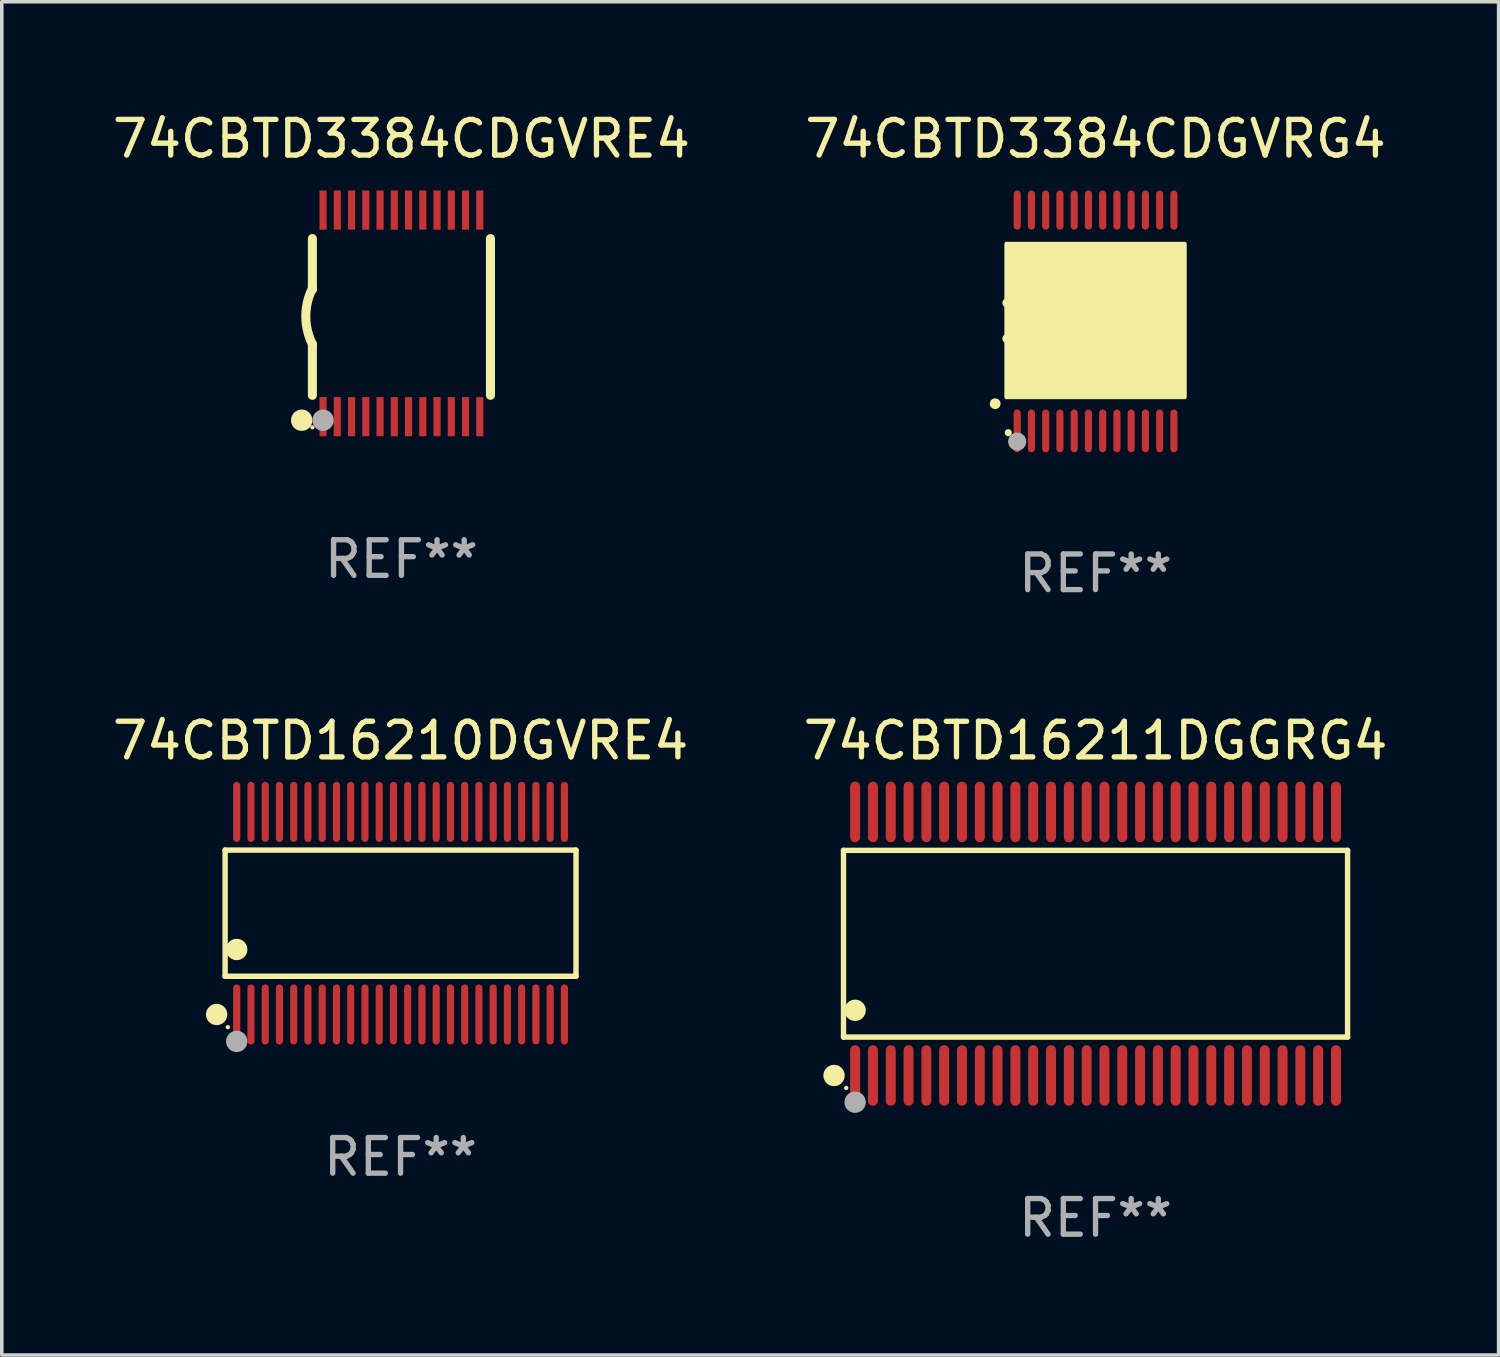
<source format=kicad_pcb>
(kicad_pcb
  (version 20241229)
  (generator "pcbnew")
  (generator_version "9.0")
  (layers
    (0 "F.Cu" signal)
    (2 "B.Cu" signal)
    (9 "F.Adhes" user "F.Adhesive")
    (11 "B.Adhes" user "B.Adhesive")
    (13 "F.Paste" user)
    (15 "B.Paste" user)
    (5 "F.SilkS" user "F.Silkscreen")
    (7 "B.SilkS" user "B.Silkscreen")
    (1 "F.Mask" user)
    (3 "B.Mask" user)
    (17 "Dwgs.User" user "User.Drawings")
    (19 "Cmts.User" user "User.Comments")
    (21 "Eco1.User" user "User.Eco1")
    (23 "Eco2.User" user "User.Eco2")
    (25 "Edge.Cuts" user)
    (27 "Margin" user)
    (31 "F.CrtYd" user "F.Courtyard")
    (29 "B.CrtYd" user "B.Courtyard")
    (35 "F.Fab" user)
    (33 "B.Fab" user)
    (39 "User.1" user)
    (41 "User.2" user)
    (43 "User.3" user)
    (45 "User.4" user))
  (footprint "74CBTD16210DGVRE4"
    (layer "F.Cu")
    (at 8.196 22.588)
    (property "Reference" "74CBTD16210DGVRE4" (at 0 -4.844 0) (layer "F.SilkS") (effects (font (size 1 1) (thickness 0.15))))
    (attr through_hole)
    (fp_line (start -4.926 -1.771) (end 4.926 -1.771) (stroke (width 0.152) (type solid)) (layer "F.SilkS"))
    (fp_line (start -4.926 1.771) (end -4.926 -1.771) (stroke (width 0.152) (type solid)) (layer "F.SilkS"))
    (fp_line (start 4.926 -1.771) (end 4.926 1.771) (stroke (width 0.152) (type solid)) (layer "F.SilkS"))
    (fp_line (start 4.926 1.771) (end -4.926 1.771) (stroke (width 0.152) (type solid)) (layer "F.SilkS"))
    (fp_circle (center -5.164 2.844) (end -5.014 2.844) (stroke (width 0.3) (type solid)) (fill no) (layer "F.SilkS"))
    (fp_circle (center -4.85 3.2) (end -4.82 3.2) (stroke (width 0.06) (type solid)) (fill no) (layer "F.SilkS"))
    (fp_circle (center -4.6 1.019) (end -4.45 1.019) (stroke (width 0.3) (type solid)) (fill no) (layer "F.SilkS"))
    (fp_circle (center -4.6 3.6) (end -4.45 3.6) (stroke (width 0.3) (type solid)) (fill no) (layer "F.Fab"))
    (fp_text user "REF**" (at 0 6.844 0) (layer "F.Fab") (effects (font (size 1 1) (thickness 0.15))))
    (pad "1" smd oval (at -4.6 2.844) (size 0.2 1.687) (layers "F.Cu" "F.Mask" "F.Paste"))
    (pad "2" smd oval (at -4.2 2.844) (size 0.2 1.687) (layers "F.Cu" "F.Mask" "F.Paste"))
    (pad "3" smd oval (at -3.8 2.844) (size 0.2 1.687) (layers "F.Cu" "F.Mask" "F.Paste"))
    (pad "4" smd oval (at -3.4 2.844) (size 0.2 1.687) (layers "F.Cu" "F.Mask" "F.Paste"))
    (pad "5" smd oval (at -3 2.844) (size 0.2 1.687) (layers "F.Cu" "F.Mask" "F.Paste"))
    (pad "6" smd oval (at -2.6 2.844) (size 0.2 1.687) (layers "F.Cu" "F.Mask" "F.Paste"))
    (pad "7" smd oval (at -2.2 2.844) (size 0.2 1.687) (layers "F.Cu" "F.Mask" "F.Paste"))
    (pad "8" smd oval (at -1.8 2.844) (size 0.2 1.687) (layers "F.Cu" "F.Mask" "F.Paste"))
    (pad "9" smd oval (at -1.4 2.844) (size 0.2 1.687) (layers "F.Cu" "F.Mask" "F.Paste"))
    (pad "10" smd oval (at -1 2.844) (size 0.2 1.687) (layers "F.Cu" "F.Mask" "F.Paste"))
    (pad "11" smd oval (at -0.6 2.844) (size 0.2 1.687) (layers "F.Cu" "F.Mask" "F.Paste"))
    (pad "12" smd oval (at -0.2 2.844) (size 0.2 1.687) (layers "F.Cu" "F.Mask" "F.Paste"))
    (pad "13" smd oval (at 0.2 2.844) (size 0.2 1.687) (layers "F.Cu" "F.Mask" "F.Paste"))
    (pad "14" smd oval (at 0.6 2.844) (size 0.2 1.687) (layers "F.Cu" "F.Mask" "F.Paste"))
    (pad "15" smd oval (at 1 2.844) (size 0.2 1.687) (layers "F.Cu" "F.Mask" "F.Paste"))
    (pad "16" smd oval (at 1.4 2.844) (size 0.2 1.687) (layers "F.Cu" "F.Mask" "F.Paste"))
    (pad "17" smd oval (at 1.8 2.844) (size 0.2 1.687) (layers "F.Cu" "F.Mask" "F.Paste"))
    (pad "18" smd oval (at 2.2 2.844) (size 0.2 1.687) (layers "F.Cu" "F.Mask" "F.Paste"))
    (pad "19" smd oval (at 2.6 2.844) (size 0.2 1.687) (layers "F.Cu" "F.Mask" "F.Paste"))
    (pad "20" smd oval (at 3 2.844) (size 0.2 1.687) (layers "F.Cu" "F.Mask" "F.Paste"))
    (pad "21" smd oval (at 3.4 2.844) (size 0.2 1.687) (layers "F.Cu" "F.Mask" "F.Paste"))
    (pad "22" smd oval (at 3.8 2.844) (size 0.2 1.687) (layers "F.Cu" "F.Mask" "F.Paste"))
    (pad "23" smd oval (at 4.2 2.844) (size 0.2 1.687) (layers "F.Cu" "F.Mask" "F.Paste"))
    (pad "24" smd oval (at 4.6 2.844) (size 0.2 1.687) (layers "F.Cu" "F.Mask" "F.Paste"))
    (pad "25" smd oval (at 4.6 -2.844) (size 0.2 1.687) (layers "F.Cu" "F.Mask" "F.Paste"))
    (pad "26" smd oval (at 4.2 -2.844) (size 0.2 1.687) (layers "F.Cu" "F.Mask" "F.Paste"))
    (pad "27" smd oval (at 3.8 -2.844) (size 0.2 1.687) (layers "F.Cu" "F.Mask" "F.Paste"))
    (pad "28" smd oval (at 3.4 -2.844) (size 0.2 1.687) (layers "F.Cu" "F.Mask" "F.Paste"))
    (pad "29" smd oval (at 3 -2.844) (size 0.2 1.687) (layers "F.Cu" "F.Mask" "F.Paste"))
    (pad "30" smd oval (at 2.6 -2.844) (size 0.2 1.687) (layers "F.Cu" "F.Mask" "F.Paste"))
    (pad "31" smd oval (at 2.2 -2.844) (size 0.2 1.687) (layers "F.Cu" "F.Mask" "F.Paste"))
    (pad "32" smd oval (at 1.8 -2.844) (size 0.2 1.687) (layers "F.Cu" "F.Mask" "F.Paste"))
    (pad "33" smd oval (at 1.4 -2.844) (size 0.2 1.687) (layers "F.Cu" "F.Mask" "F.Paste"))
    (pad "34" smd oval (at 1 -2.844) (size 0.2 1.687) (layers "F.Cu" "F.Mask" "F.Paste"))
    (pad "35" smd oval (at 0.6 -2.844) (size 0.2 1.687) (layers "F.Cu" "F.Mask" "F.Paste"))
    (pad "36" smd oval (at 0.2 -2.844) (size 0.2 1.687) (layers "F.Cu" "F.Mask" "F.Paste"))
    (pad "37" smd oval (at -0.2 -2.844) (size 0.2 1.687) (layers "F.Cu" "F.Mask" "F.Paste"))
    (pad "38" smd oval (at -0.6 -2.844) (size 0.2 1.687) (layers "F.Cu" "F.Mask" "F.Paste"))
    (pad "39" smd oval (at -1 -2.844) (size 0.2 1.687) (layers "F.Cu" "F.Mask" "F.Paste"))
    (pad "40" smd oval (at -1.4 -2.844) (size 0.2 1.687) (layers "F.Cu" "F.Mask" "F.Paste"))
    (pad "41" smd oval (at -1.8 -2.844) (size 0.2 1.687) (layers "F.Cu" "F.Mask" "F.Paste"))
    (pad "42" smd oval (at -2.2 -2.844) (size 0.2 1.687) (layers "F.Cu" "F.Mask" "F.Paste"))
    (pad "43" smd oval (at -2.6 -2.844) (size 0.2 1.687) (layers "F.Cu" "F.Mask" "F.Paste"))
    (pad "44" smd oval (at -3 -2.844) (size 0.2 1.687) (layers "F.Cu" "F.Mask" "F.Paste"))
    (pad "45" smd oval (at -3.4 -2.844) (size 0.2 1.687) (layers "F.Cu" "F.Mask" "F.Paste"))
    (pad "46" smd oval (at -3.8 -2.844) (size 0.2 1.687) (layers "F.Cu" "F.Mask" "F.Paste"))
    (pad "47" smd oval (at -4.2 -2.844) (size 0.2 1.687) (layers "F.Cu" "F.Mask" "F.Paste"))
    (pad "48" smd oval (at -4.6 -2.844) (size 0.2 1.687) (layers "F.Cu" "F.Mask" "F.Paste")))
  (footprint "74CBTD16211DGGRG4"
    (layer "F.Cu")
    (at 27.708 23.445)
    (property "Reference" "74CBTD16211DGGRG4" (at 0 -5.7 0) (layer "F.SilkS") (effects (font (size 1 1) (thickness 0.15))))
    (attr through_hole)
    (fp_line (start -7.076 -2.621) (end 7.076 -2.621) (stroke (width 0.152) (type solid)) (layer "F.SilkS"))
    (fp_line (start -7.076 2.621) (end -7.076 -2.621) (stroke (width 0.152) (type solid)) (layer "F.SilkS"))
    (fp_line (start 7.076 -2.621) (end 7.076 2.621) (stroke (width 0.152) (type solid)) (layer "F.SilkS"))
    (fp_line (start 7.076 2.621) (end -7.076 2.621) (stroke (width 0.152) (type solid)) (layer "F.SilkS"))
    (fp_circle (center -7.342 3.7) (end -7.192 3.7) (stroke (width 0.3) (type solid)) (fill no) (layer "F.SilkS"))
    (fp_circle (center -7 4.05) (end -6.97 4.05) (stroke (width 0.06) (type solid)) (fill no) (layer "F.SilkS"))
    (fp_circle (center -6.75 1.869) (end -6.6 1.869) (stroke (width 0.3) (type solid)) (fill no) (layer "F.SilkS"))
    (fp_circle (center -6.75 4.45) (end -6.6 4.45) (stroke (width 0.3) (type solid)) (fill no) (layer "F.Fab"))
    (fp_text user "REF**" (at 0 7.7 0) (layer "F.Fab") (effects (font (size 1 1) (thickness 0.15))))
    (pad "1" smd oval (at -6.75 3.7) (size 0.28 1.7) (layers "F.Cu" "F.Mask" "F.Paste"))
    (pad "2" smd oval (at -6.25 3.7) (size 0.28 1.7) (layers "F.Cu" "F.Mask" "F.Paste"))
    (pad "3" smd oval (at -5.75 3.7) (size 0.28 1.7) (layers "F.Cu" "F.Mask" "F.Paste"))
    (pad "4" smd oval (at -5.25 3.7) (size 0.28 1.7) (layers "F.Cu" "F.Mask" "F.Paste"))
    (pad "5" smd oval (at -4.75 3.7) (size 0.28 1.7) (layers "F.Cu" "F.Mask" "F.Paste"))
    (pad "6" smd oval (at -4.25 3.7) (size 0.28 1.7) (layers "F.Cu" "F.Mask" "F.Paste"))
    (pad "7" smd oval (at -3.75 3.7) (size 0.28 1.7) (layers "F.Cu" "F.Mask" "F.Paste"))
    (pad "8" smd oval (at -3.25 3.7) (size 0.28 1.7) (layers "F.Cu" "F.Mask" "F.Paste"))
    (pad "9" smd oval (at -2.75 3.7) (size 0.28 1.7) (layers "F.Cu" "F.Mask" "F.Paste"))
    (pad "10" smd oval (at -2.25 3.7) (size 0.28 1.7) (layers "F.Cu" "F.Mask" "F.Paste"))
    (pad "11" smd oval (at -1.75 3.7) (size 0.28 1.7) (layers "F.Cu" "F.Mask" "F.Paste"))
    (pad "12" smd oval (at -1.25 3.7) (size 0.28 1.7) (layers "F.Cu" "F.Mask" "F.Paste"))
    (pad "13" smd oval (at -0.75 3.7) (size 0.28 1.7) (layers "F.Cu" "F.Mask" "F.Paste"))
    (pad "14" smd oval (at -0.25 3.7) (size 0.28 1.7) (layers "F.Cu" "F.Mask" "F.Paste"))
    (pad "15" smd oval (at 0.25 3.7) (size 0.28 1.7) (layers "F.Cu" "F.Mask" "F.Paste"))
    (pad "16" smd oval (at 0.75 3.7) (size 0.28 1.7) (layers "F.Cu" "F.Mask" "F.Paste"))
    (pad "17" smd oval (at 1.25 3.7) (size 0.28 1.7) (layers "F.Cu" "F.Mask" "F.Paste"))
    (pad "18" smd oval (at 1.75 3.7) (size 0.28 1.7) (layers "F.Cu" "F.Mask" "F.Paste"))
    (pad "19" smd oval (at 2.25 3.7) (size 0.28 1.7) (layers "F.Cu" "F.Mask" "F.Paste"))
    (pad "20" smd oval (at 2.75 3.7) (size 0.28 1.7) (layers "F.Cu" "F.Mask" "F.Paste"))
    (pad "21" smd oval (at 3.25 3.7) (size 0.28 1.7) (layers "F.Cu" "F.Mask" "F.Paste"))
    (pad "22" smd oval (at 3.75 3.7) (size 0.28 1.7) (layers "F.Cu" "F.Mask" "F.Paste"))
    (pad "23" smd oval (at 4.25 3.7) (size 0.28 1.7) (layers "F.Cu" "F.Mask" "F.Paste"))
    (pad "24" smd oval (at 4.75 3.7) (size 0.28 1.7) (layers "F.Cu" "F.Mask" "F.Paste"))
    (pad "25" smd oval (at 5.25 3.7) (size 0.28 1.7) (layers "F.Cu" "F.Mask" "F.Paste"))
    (pad "26" smd oval (at 5.75 3.7) (size 0.28 1.7) (layers "F.Cu" "F.Mask" "F.Paste"))
    (pad "27" smd oval (at 6.25 3.7) (size 0.28 1.7) (layers "F.Cu" "F.Mask" "F.Paste"))
    (pad "28" smd oval (at 6.75 3.7) (size 0.28 1.7) (layers "F.Cu" "F.Mask" "F.Paste"))
    (pad "29" smd oval (at 6.75 -3.7) (size 0.28 1.7) (layers "F.Cu" "F.Mask" "F.Paste"))
    (pad "30" smd oval (at 6.25 -3.7) (size 0.28 1.7) (layers "F.Cu" "F.Mask" "F.Paste"))
    (pad "31" smd oval (at 5.75 -3.7) (size 0.28 1.7) (layers "F.Cu" "F.Mask" "F.Paste"))
    (pad "32" smd oval (at 5.25 -3.7) (size 0.28 1.7) (layers "F.Cu" "F.Mask" "F.Paste"))
    (pad "33" smd oval (at 4.75 -3.7) (size 0.28 1.7) (layers "F.Cu" "F.Mask" "F.Paste"))
    (pad "34" smd oval (at 4.25 -3.7) (size 0.28 1.7) (layers "F.Cu" "F.Mask" "F.Paste"))
    (pad "35" smd oval (at 3.75 -3.7) (size 0.28 1.7) (layers "F.Cu" "F.Mask" "F.Paste"))
    (pad "36" smd oval (at 3.25 -3.7) (size 0.28 1.7) (layers "F.Cu" "F.Mask" "F.Paste"))
    (pad "37" smd oval (at 2.75 -3.7) (size 0.28 1.7) (layers "F.Cu" "F.Mask" "F.Paste"))
    (pad "38" smd oval (at 2.25 -3.7) (size 0.28 1.7) (layers "F.Cu" "F.Mask" "F.Paste"))
    (pad "39" smd oval (at 1.75 -3.7) (size 0.28 1.7) (layers "F.Cu" "F.Mask" "F.Paste"))
    (pad "40" smd oval (at 1.25 -3.7) (size 0.28 1.7) (layers "F.Cu" "F.Mask" "F.Paste"))
    (pad "41" smd oval (at 0.75 -3.7) (size 0.28 1.7) (layers "F.Cu" "F.Mask" "F.Paste"))
    (pad "42" smd oval (at 0.25 -3.7) (size 0.28 1.7) (layers "F.Cu" "F.Mask" "F.Paste"))
    (pad "43" smd oval (at -0.25 -3.7) (size 0.28 1.7) (layers "F.Cu" "F.Mask" "F.Paste"))
    (pad "44" smd oval (at -0.75 -3.7) (size 0.28 1.7) (layers "F.Cu" "F.Mask" "F.Paste"))
    (pad "45" smd oval (at -1.25 -3.7) (size 0.28 1.7) (layers "F.Cu" "F.Mask" "F.Paste"))
    (pad "46" smd oval (at -1.75 -3.7) (size 0.28 1.7) (layers "F.Cu" "F.Mask" "F.Paste"))
    (pad "47" smd oval (at -2.25 -3.7) (size 0.28 1.7) (layers "F.Cu" "F.Mask" "F.Paste"))
    (pad "48" smd oval (at -2.75 -3.7) (size 0.28 1.7) (layers "F.Cu" "F.Mask" "F.Paste"))
    (pad "49" smd oval (at -3.25 -3.7) (size 0.28 1.7) (layers "F.Cu" "F.Mask" "F.Paste"))
    (pad "50" smd oval (at -3.75 -3.7) (size 0.28 1.7) (layers "F.Cu" "F.Mask" "F.Paste"))
    (pad "51" smd oval (at -4.25 -3.7) (size 0.28 1.7) (layers "F.Cu" "F.Mask" "F.Paste"))
    (pad "52" smd oval (at -4.75 -3.7) (size 0.28 1.7) (layers "F.Cu" "F.Mask" "F.Paste"))
    (pad "53" smd oval (at -5.25 -3.7) (size 0.28 1.7) (layers "F.Cu" "F.Mask" "F.Paste"))
    (pad "54" smd oval (at -5.75 -3.7) (size 0.28 1.7) (layers "F.Cu" "F.Mask" "F.Paste"))
    (pad "55" smd oval (at -6.25 -3.7) (size 0.28 1.7) (layers "F.Cu" "F.Mask" "F.Paste"))
    (pad "56" smd oval (at -6.75 -3.7) (size 0.28 1.7) (layers "F.Cu" "F.Mask" "F.Paste")))
  (footprint "74CBTD3384CDGVRE4"
    (layer "F.Cu")
    (at 8.22 5.748)
    (property "Reference" "74CBTD3384CDGVRE4" (at 0 -4.9 0) (layer "F.SilkS") (effects (font (size 1 1) (thickness 0.15))))
    (attr through_hole)
    (fp_line (start -2.5 -2.1) (end -2.5 -0.662) (stroke (width 0.254) (type solid)) (layer "F.SilkS"))
    (fp_line (start -2.5 0.863) (end -2.5 2.3) (stroke (width 0.254) (type solid)) (layer "F.SilkS"))
    (fp_line (start 2.5 -2.1) (end 2.5 2.3) (stroke (width 0.254) (type solid)) (layer "F.SilkS"))
    (fp_arc (start -2.49986 0.861951) (mid -2.683994 0.082188) (end -2.500013 -0.697612) (stroke (width 0.254001) (type solid)) (layer "F.SilkS"))
    (fp_circle (center -2.8 3) (end -2.65 3) (stroke (width 0.3) (type solid)) (fill no) (layer "F.SilkS"))
    (fp_circle (center -2.5 3.2) (end -2.47 3.2) (stroke (width 0.06) (type solid)) (fill no) (layer "F.SilkS"))
    (fp_circle (center -2.2 3) (end -2.05 3) (stroke (width 0.3) (type solid)) (fill no) (layer "F.Fab"))
    (fp_text user "REF**" (at 0 6.9 0) (layer "F.Fab") (effects (font (size 1 1) (thickness 0.15))))
    (pad "1" smd rect (at -2.2 2.9) (size 0.2 1.1) (layers "F.Cu" "F.Mask" "F.Paste"))
    (pad "2" smd rect (at -1.8 2.9) (size 0.2 1.1) (layers "F.Cu" "F.Mask" "F.Paste"))
    (pad "3" smd rect (at -1.4 2.9) (size 0.2 1.1) (layers "F.Cu" "F.Mask" "F.Paste"))
    (pad "4" smd rect (at -1 2.9) (size 0.2 1.1) (layers "F.Cu" "F.Mask" "F.Paste"))
    (pad "5" smd rect (at -0.6 2.9) (size 0.2 1.1) (layers "F.Cu" "F.Mask" "F.Paste"))
    (pad "6" smd rect (at -0.2 2.9) (size 0.2 1.1) (layers "F.Cu" "F.Mask" "F.Paste"))
    (pad "7" smd rect (at 0.2 2.9) (size 0.2 1.1) (layers "F.Cu" "F.Mask" "F.Paste"))
    (pad "8" smd rect (at 0.6 2.9) (size 0.2 1.1) (layers "F.Cu" "F.Mask" "F.Paste"))
    (pad "9" smd rect (at 1 2.9) (size 0.2 1.1) (layers "F.Cu" "F.Mask" "F.Paste"))
    (pad "10" smd rect (at 1.4 2.9) (size 0.2 1.1) (layers "F.Cu" "F.Mask" "F.Paste"))
    (pad "11" smd rect (at 1.8 2.9) (size 0.2 1.1) (layers "F.Cu" "F.Mask" "F.Paste"))
    (pad "12" smd rect (at 2.2 2.9) (size 0.2 1.1) (layers "F.Cu" "F.Mask" "F.Paste"))
    (pad "13" smd rect (at 2.2 -2.9) (size 0.2 1.1) (layers "F.Cu" "F.Mask" "F.Paste"))
    (pad "14" smd rect (at 1.8 -2.9) (size 0.2 1.1) (layers "F.Cu" "F.Mask" "F.Paste"))
    (pad "15" smd rect (at 1.4 -2.9) (size 0.2 1.1) (layers "F.Cu" "F.Mask" "F.Paste"))
    (pad "16" smd rect (at 1 -2.9) (size 0.2 1.1) (layers "F.Cu" "F.Mask" "F.Paste"))
    (pad "17" smd rect (at 0.6 -2.9) (size 0.2 1.1) (layers "F.Cu" "F.Mask" "F.Paste"))
    (pad "18" smd rect (at 0.2 -2.9) (size 0.2 1.1) (layers "F.Cu" "F.Mask" "F.Paste"))
    (pad "19" smd rect (at -0.2 -2.9) (size 0.2 1.1) (layers "F.Cu" "F.Mask" "F.Paste"))
    (pad "20" smd rect (at -0.6 -2.9) (size 0.2 1.1) (layers "F.Cu" "F.Mask" "F.Paste"))
    (pad "21" smd rect (at -1 -2.9) (size 0.2 1.1) (layers "F.Cu" "F.Mask" "F.Paste"))
    (pad "22" smd rect (at -1.4 -2.9) (size 0.2 1.1) (layers "F.Cu" "F.Mask" "F.Paste"))
    (pad "23" smd rect (at -1.8 -2.9) (size 0.2 1.1) (layers "F.Cu" "F.Mask" "F.Paste"))
    (pad "24" smd rect (at -2.2 -2.9) (size 0.2 1.1) (layers "F.Cu" "F.Mask" "F.Paste")))
  (footprint "74CBTD3384CDGVRG4"
    (layer "F.Cu")
    (at 27.708 5.948)
    (property "Reference" "74CBTD3384CDGVRG4" (at 0 -5.1 0) (layer "F.SilkS") (effects (font (size 1 1) (thickness 0.15))))
    (attr through_hole)
    (fp_arc (start -2.819355 2.336703) (mid -2.818085 2.336698) (end -2.816815 2.336703) (stroke (width 0.3) (type solid)) (layer "F.SilkS"))
    (fp_arc (start -2.489154 -0.492863) (mid -1.989154 0.007518) (end -2.489154 0.507899) (stroke (width 0.254001) (type solid)) (layer "F.SilkS"))
    (fp_circle (center -2.45 3.15) (end -2.4 3.15) (stroke (width 0.1) (type solid)) (fill no) (layer "F.SilkS"))
    (fp_poly (pts (xy -2.5 -2.15) (xy 2.5 -2.15) (xy 2.5 2.15) (xy -2.5 2.15)) (stroke (width 0.12) (type solid)) (fill yes) (layer "F.SilkS"))
    (fp_circle (center -2.2 3.4) (end -2.073 3.4) (stroke (width 0.254) (type solid)) (fill no) (layer "F.Fab"))
    (fp_text user "REF**" (at 0 7.1 0) (layer "F.Fab") (effects (font (size 1 1) (thickness 0.15))))
    (pad "1" smd oval (at -2.2 3.1 180) (size 0.2 1.2) (layers "F.Cu" "F.Mask" "F.Paste"))
    (pad "2" smd oval (at -1.8 3.1 180) (size 0.2 1.2) (layers "F.Cu" "F.Mask" "F.Paste"))
    (pad "3" smd oval (at -1.4 3.1 180) (size 0.2 1.2) (layers "F.Cu" "F.Mask" "F.Paste"))
    (pad "4" smd oval (at -1 3.1 180) (size 0.2 1.2) (layers "F.Cu" "F.Mask" "F.Paste"))
    (pad "5" smd oval (at -0.6 3.1 180) (size 0.2 1.2) (layers "F.Cu" "F.Mask" "F.Paste"))
    (pad "6" smd oval (at -0.2 3.1 180) (size 0.2 1.2) (layers "F.Cu" "F.Mask" "F.Paste"))
    (pad "7" smd oval (at 0.2 3.1 180) (size 0.2 1.2) (layers "F.Cu" "F.Mask" "F.Paste"))
    (pad "8" smd oval (at 0.6 3.1 180) (size 0.2 1.2) (layers "F.Cu" "F.Mask" "F.Paste"))
    (pad "9" smd oval (at 1 3.1 180) (size 0.2 1.2) (layers "F.Cu" "F.Mask" "F.Paste"))
    (pad "10" smd oval (at 1.4 3.1 180) (size 0.2 1.2) (layers "F.Cu" "F.Mask" "F.Paste"))
    (pad "11" smd oval (at 1.8 3.1 180) (size 0.2 1.2) (layers "F.Cu" "F.Mask" "F.Paste"))
    (pad "12" smd oval (at 2.2 3.1 180) (size 0.2 1.2) (layers "F.Cu" "F.Mask" "F.Paste"))
    (pad "13" smd oval (at 2.2 -3.1 180) (size 0.2 1.1) (layers "F.Cu" "F.Mask" "F.Paste"))
    (pad "14" smd oval (at 1.8 -3.1 180) (size 0.2 1.1) (layers "F.Cu" "F.Mask" "F.Paste"))
    (pad "15" smd oval (at 1.4 -3.1 180) (size 0.2 1.1) (layers "F.Cu" "F.Mask" "F.Paste"))
    (pad "16" smd oval (at 1 -3.1 180) (size 0.2 1.1) (layers "F.Cu" "F.Mask" "F.Paste"))
    (pad "17" smd oval (at 0.6 -3.1 180) (size 0.2 1.1) (layers "F.Cu" "F.Mask" "F.Paste"))
    (pad "18" smd oval (at 0.2 -3.1 180) (size 0.2 1.1) (layers "F.Cu" "F.Mask" "F.Paste"))
    (pad "19" smd oval (at -0.2 -3.1 180) (size 0.2 1.1) (layers "F.Cu" "F.Mask" "F.Paste"))
    (pad "20" smd oval (at -0.6 -3.1 180) (size 0.2 1.1) (layers "F.Cu" "F.Mask" "F.Paste"))
    (pad "21" smd oval (at -1 -3.1 180) (size 0.2 1.1) (layers "F.Cu" "F.Mask" "F.Paste"))
    (pad "22" smd oval (at -1.4 -3.1 180) (size 0.2 1.1) (layers "F.Cu" "F.Mask" "F.Paste"))
    (pad "23" smd oval (at -1.8 -3.1 180) (size 0.2 1.1) (layers "F.Cu" "F.Mask" "F.Paste"))
    (pad "24" smd oval (at -2.2 -3.1 180) (size 0.2 1.1) (layers "F.Cu" "F.Mask" "F.Paste")))
  (gr_rect
    (start -3 -3)
    (end 39.024 34.993)
    (stroke (width 0.1) (type default))
    (fill no)
    (layer "Edge.Cuts")))
</source>
